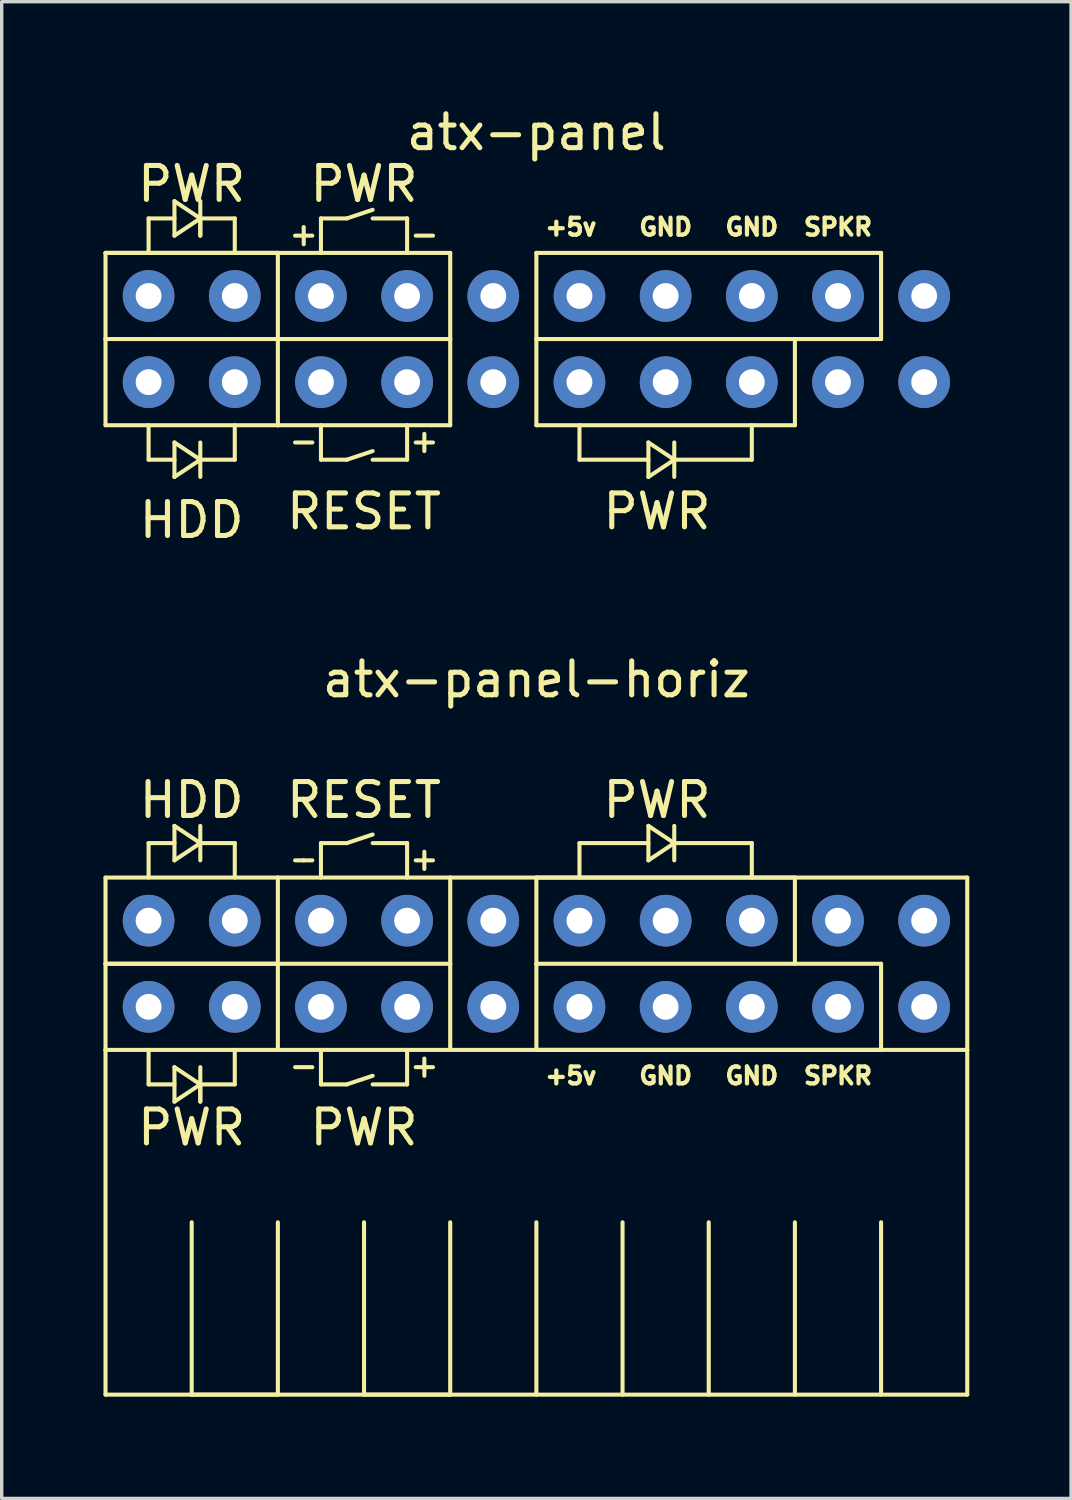
<source format=kicad_pcb>
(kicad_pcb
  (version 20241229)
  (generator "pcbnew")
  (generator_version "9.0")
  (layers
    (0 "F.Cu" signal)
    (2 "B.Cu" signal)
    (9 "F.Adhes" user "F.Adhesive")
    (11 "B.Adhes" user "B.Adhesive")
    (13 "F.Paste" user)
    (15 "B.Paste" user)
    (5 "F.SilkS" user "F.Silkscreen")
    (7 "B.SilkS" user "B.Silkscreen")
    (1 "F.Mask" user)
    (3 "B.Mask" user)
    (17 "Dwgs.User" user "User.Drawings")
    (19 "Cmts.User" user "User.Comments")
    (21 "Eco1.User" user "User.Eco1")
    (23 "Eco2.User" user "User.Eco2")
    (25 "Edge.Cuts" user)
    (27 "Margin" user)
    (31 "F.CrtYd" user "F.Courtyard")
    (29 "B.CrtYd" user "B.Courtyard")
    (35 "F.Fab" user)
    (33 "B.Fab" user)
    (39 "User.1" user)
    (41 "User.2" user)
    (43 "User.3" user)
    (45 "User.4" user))
  (footprint "atx-panel"
    (layer "F.Cu")
    (at 12.76 6.944)
    (property "Reference" "atx-panel" (at 0 -6.096 0) (layer "F.SilkS") (effects (font (size 1 1) (thickness 0.15))))
    (attr through_hole)
    (fp_line (start -12.7 -2.54) (end -7.62 -2.54) (stroke (width 0.12) (type solid)) (layer "F.SilkS"))
    (fp_line (start -12.7 0) (end -12.7 -2.54) (stroke (width 0.12) (type solid)) (layer "F.SilkS"))
    (fp_line (start -12.7 2.54) (end -12.7 0) (stroke (width 0.12) (type solid)) (layer "F.SilkS"))
    (fp_line (start -12.7 2.54) (end -7.62 2.54) (stroke (width 0.12) (type solid)) (layer "F.SilkS"))
    (fp_line (start -11.43 -3.556) (end -11.43 -2.54) (stroke (width 0.12) (type solid)) (layer "F.SilkS"))
    (fp_line (start -11.43 -3.556) (end -10.668 -3.556) (stroke (width 0.12) (type solid)) (layer "F.SilkS"))
    (fp_line (start -11.43 3.556) (end -11.43 2.54) (stroke (width 0.12) (type solid)) (layer "F.SilkS"))
    (fp_line (start -10.668 -4.064) (end -10.668 -3.048) (stroke (width 0.12) (type solid)) (layer "F.SilkS"))
    (fp_line (start -10.668 -4.064) (end -9.906 -3.556) (stroke (width 0.12) (type solid)) (layer "F.SilkS"))
    (fp_line (start -10.668 3.048) (end -9.906 3.556) (stroke (width 0.12) (type solid)) (layer "F.SilkS"))
    (fp_line (start -10.668 3.556) (end -11.43 3.556) (stroke (width 0.12) (type solid)) (layer "F.SilkS"))
    (fp_line (start -10.668 4.064) (end -10.668 3.048) (stroke (width 0.12) (type solid)) (layer "F.SilkS"))
    (fp_line (start -9.906 -4.064) (end -9.906 -3.048) (stroke (width 0.12) (type solid)) (layer "F.SilkS"))
    (fp_line (start -9.906 -3.556) (end -10.668 -3.048) (stroke (width 0.12) (type solid)) (layer "F.SilkS"))
    (fp_line (start -9.906 -3.556) (end -8.89 -3.556) (stroke (width 0.12) (type solid)) (layer "F.SilkS"))
    (fp_line (start -9.906 -3.048) (end -9.906 -3.556) (stroke (width 0.12) (type solid)) (layer "F.SilkS"))
    (fp_line (start -9.906 3.048) (end -9.906 4.064) (stroke (width 0.12) (type solid)) (layer "F.SilkS"))
    (fp_line (start -9.906 3.556) (end -10.668 4.064) (stroke (width 0.12) (type solid)) (layer "F.SilkS"))
    (fp_line (start -9.906 3.556) (end -8.89 3.556) (stroke (width 0.12) (type solid)) (layer "F.SilkS"))
    (fp_line (start -8.89 -2.54) (end -8.89 -3.556) (stroke (width 0.12) (type solid)) (layer "F.SilkS"))
    (fp_line (start -8.89 3.556) (end -8.89 2.54) (stroke (width 0.12) (type solid)) (layer "F.SilkS"))
    (fp_line (start -7.62 -2.54) (end -12.7 -2.54) (stroke (width 0.12) (type solid)) (layer "F.SilkS"))
    (fp_line (start -7.62 -2.54) (end -7.62 0) (stroke (width 0.12) (type solid)) (layer "F.SilkS"))
    (fp_line (start -7.62 0) (end -12.7 0) (stroke (width 0.12) (type solid)) (layer "F.SilkS"))
    (fp_line (start -7.62 0) (end -7.62 2.54) (stroke (width 0.12) (type solid)) (layer "F.SilkS"))
    (fp_line (start -7.62 0) (end -2.54 0) (stroke (width 0.12) (type solid)) (layer "F.SilkS"))
    (fp_line (start -7.62 2.54) (end -2.54 2.54) (stroke (width 0.12) (type solid)) (layer "F.SilkS"))
    (fp_line (start -7.112 -3.048) (end -6.604 -3.048) (stroke (width 0.12) (type solid)) (layer "F.SilkS"))
    (fp_line (start -7.112 3.048) (end -6.604 3.048) (stroke (width 0.12) (type solid)) (layer "F.SilkS"))
    (fp_line (start -6.858 -2.794) (end -6.858 -3.302) (stroke (width 0.12) (type solid)) (layer "F.SilkS"))
    (fp_line (start -6.35 -3.556) (end -5.588 -3.556) (stroke (width 0.12) (type solid)) (layer "F.SilkS"))
    (fp_line (start -6.35 -2.54) (end -6.35 -3.556) (stroke (width 0.12) (type solid)) (layer "F.SilkS"))
    (fp_line (start -6.35 2.54) (end -6.35 3.556) (stroke (width 0.12) (type solid)) (layer "F.SilkS"))
    (fp_line (start -6.35 3.556) (end -5.588 3.556) (stroke (width 0.12) (type solid)) (layer "F.SilkS"))
    (fp_line (start -5.588 -3.556) (end -4.826 -3.81) (stroke (width 0.12) (type solid)) (layer "F.SilkS"))
    (fp_line (start -4.826 -3.556) (end -3.81 -3.556) (stroke (width 0.12) (type solid)) (layer "F.SilkS"))
    (fp_line (start -4.826 3.302) (end -5.588 3.556) (stroke (width 0.12) (type solid)) (layer "F.SilkS"))
    (fp_line (start -4.826 3.556) (end -3.81 3.556) (stroke (width 0.12) (type solid)) (layer "F.SilkS"))
    (fp_line (start -3.81 -3.556) (end -3.81 -2.54) (stroke (width 0.12) (type solid)) (layer "F.SilkS"))
    (fp_line (start -3.81 3.556) (end -3.81 2.54) (stroke (width 0.12) (type solid)) (layer "F.SilkS"))
    (fp_line (start -3.556 3.048) (end -3.048 3.048) (stroke (width 0.12) (type solid)) (layer "F.SilkS"))
    (fp_line (start -3.302 2.794) (end -3.302 3.302) (stroke (width 0.12) (type solid)) (layer "F.SilkS"))
    (fp_line (start -3.048 -3.048) (end -3.556 -3.048) (stroke (width 0.12) (type solid)) (layer "F.SilkS"))
    (fp_line (start -2.54 -2.54) (end -7.62 -2.54) (stroke (width 0.12) (type solid)) (layer "F.SilkS"))
    (fp_line (start -2.54 0) (end -2.54 -2.54) (stroke (width 0.12) (type solid)) (layer "F.SilkS"))
    (fp_line (start -2.54 0) (end -2.54 2.54) (stroke (width 0.12) (type solid)) (layer "F.SilkS"))
    (fp_line (start 0 -2.54) (end 10.16 -2.54) (stroke (width 0.12) (type solid)) (layer "F.SilkS"))
    (fp_line (start 0 0) (end 0 -2.54) (stroke (width 0.12) (type solid)) (layer "F.SilkS"))
    (fp_line (start 0 2.54) (end 0 0) (stroke (width 0.12) (type solid)) (layer "F.SilkS"))
    (fp_line (start 0 2.54) (end 7.62 2.54) (stroke (width 0.12) (type solid)) (layer "F.SilkS"))
    (fp_line (start 1.27 2.54) (end 1.27 3.556) (stroke (width 0.12) (type solid)) (layer "F.SilkS"))
    (fp_line (start 1.27 3.556) (end 3.302 3.556) (stroke (width 0.12) (type solid)) (layer "F.SilkS"))
    (fp_line (start 3.302 3.048) (end 3.302 4.064) (stroke (width 0.12) (type solid)) (layer "F.SilkS"))
    (fp_line (start 3.302 4.064) (end 4.064 3.556) (stroke (width 0.12) (type solid)) (layer "F.SilkS"))
    (fp_line (start 4.064 3.556) (end 3.302 3.048) (stroke (width 0.12) (type solid)) (layer "F.SilkS"))
    (fp_line (start 4.064 3.556) (end 6.35 3.556) (stroke (width 0.12) (type solid)) (layer "F.SilkS"))
    (fp_line (start 4.064 4.064) (end 4.064 3.048) (stroke (width 0.12) (type solid)) (layer "F.SilkS"))
    (fp_line (start 6.35 3.556) (end 6.35 2.54) (stroke (width 0.12) (type solid)) (layer "F.SilkS"))
    (fp_line (start 7.62 0) (end 7.62 2.54) (stroke (width 0.12) (type solid)) (layer "F.SilkS"))
    (fp_line (start 10.16 -2.54) (end 10.16 0) (stroke (width 0.12) (type solid)) (layer "F.SilkS"))
    (fp_line (start 10.16 0) (end 0 0) (stroke (width 0.12) (type solid)) (layer "F.SilkS"))
    (fp_text user "GND" (at 3.81 -3.302 0) (layer "F.SilkS") (effects (font (size 0.5 0.5) (thickness 0.125))))
    (fp_text user "PWR" (at -5.08 -4.572 0) (layer "F.SilkS") (effects (font (size 1 1) (thickness 0.15))))
    (fp_text user "+5v" (at 1.016 -3.302 0) (layer "F.SilkS") (effects (font (size 0.5 0.5) (thickness 0.125))))
    (fp_text user "PWR" (at -10.16 -4.572 0) (layer "F.SilkS") (effects (font (size 1 1) (thickness 0.15))))
    (fp_text user "PWR" (at 3.556 5.08 0) (layer "F.SilkS") (effects (font (size 1 1) (thickness 0.15))))
    (fp_text user "SPKR" (at 8.89 -3.302 0) (layer "F.SilkS") (effects (font (size 0.5 0.5) (thickness 0.125))))
    (fp_text user "GND" (at 6.35 -3.302 0) (layer "F.SilkS") (effects (font (size 0.5 0.5) (thickness 0.125))))
    (fp_text user "RESET" (at -5.08 5.08 0) (layer "F.SilkS") (effects (font (size 1 1) (thickness 0.15))))
    (fp_text user "HDD" (at -10.16 5.334 0) (layer "F.SilkS") (effects (font (size 1 1) (thickness 0.15))))
    (pad "1" thru_hole circle (at -11.43 1.27) (size 1.524 1.524) (drill 0.762) (layers "*.Cu" "*.Mask"))
    (pad "2" thru_hole circle (at -11.43 -1.27) (size 1.524 1.524) (drill 0.762) (layers "*.Cu" "*.Mask"))
    (pad "3" thru_hole circle (at -8.89 1.27) (size 1.524 1.524) (drill 0.762) (layers "*.Cu" "*.Mask"))
    (pad "4" thru_hole circle (at -8.89 -1.27) (size 1.524 1.524) (drill 0.762) (layers "*.Cu" "*.Mask"))
    (pad "5" thru_hole circle (at -6.35 1.27) (size 1.524 1.524) (drill 0.762) (layers "*.Cu" "*.Mask"))
    (pad "6" thru_hole circle (at -6.35 -1.27) (size 1.524 1.524) (drill 0.762) (layers "*.Cu" "*.Mask"))
    (pad "7" thru_hole circle (at -3.81 1.27) (size 1.524 1.524) (drill 0.762) (layers "*.Cu" "*.Mask"))
    (pad "8" thru_hole circle (at -3.81 -1.27) (size 1.524 1.524) (drill 0.762) (layers "*.Cu" "*.Mask"))
    (pad "9" thru_hole circle (at -1.27 1.27) (size 1.524 1.524) (drill 0.762) (layers "*.Cu" "*.Mask"))
    (pad "10" thru_hole circle (at -1.27 -1.27) (size 1.524 1.524) (drill 0.762) (layers "*.Cu" "*.Mask"))
    (pad "11" thru_hole circle (at 1.27 1.27) (size 1.524 1.524) (drill 0.762) (layers "*.Cu" "*.Mask"))
    (pad "12" thru_hole circle (at 1.27 -1.27) (size 1.524 1.524) (drill 0.762) (layers "*.Cu" "*.Mask"))
    (pad "13" thru_hole circle (at 3.81 1.27) (size 1.524 1.524) (drill 0.762) (layers "*.Cu" "*.Mask"))
    (pad "14" thru_hole circle (at 3.81 -1.27) (size 1.524 1.524) (drill 0.762) (layers "*.Cu" "*.Mask"))
    (pad "15" thru_hole circle (at 6.35 1.27) (size 1.524 1.524) (drill 0.762) (layers "*.Cu" "*.Mask"))
    (pad "16" thru_hole circle (at 6.35 -1.27) (size 1.524 1.524) (drill 0.762) (layers "*.Cu" "*.Mask"))
    (pad "17" thru_hole circle (at 8.89 1.27) (size 1.524 1.524) (drill 0.762) (layers "*.Cu" "*.Mask"))
    (pad "18" thru_hole circle (at 8.89 -1.27) (size 1.524 1.524) (drill 0.762) (layers "*.Cu" "*.Mask"))
    (pad "19" thru_hole circle (at 11.43 1.27) (size 1.524 1.524) (drill 0.762) (layers "*.Cu" "*.Mask"))
    (pad "20" thru_hole circle (at 11.43 -1.27) (size 1.524 1.524) (drill 0.762) (layers "*.Cu" "*.Mask")))
  (footprint "atx-panel-horiz"
    (layer "F.Cu")
    (at 12.76 25.357)
    (property "Reference" "atx-panel-horiz" (at 0 -8.382 0) (layer "F.SilkS") (effects (font (size 1 1) (thickness 0.15))))
    (attr through_hole)
    (fp_line (start -12.7 -2.54) (end -7.62 -2.54) (stroke (width 0.12) (type solid)) (layer "F.SilkS"))
    (fp_line (start -12.7 0) (end -12.7 -2.54) (stroke (width 0.12) (type solid)) (layer "F.SilkS"))
    (fp_line (start -12.7 0) (end -7.62 0) (stroke (width 0.12) (type solid)) (layer "F.SilkS"))
    (fp_line (start -12.7 2.54) (end -12.7 0) (stroke (width 0.12) (type solid)) (layer "F.SilkS"))
    (fp_line (start -12.7 2.54) (end -12.7 12.7) (stroke (width 0.12) (type solid)) (layer "F.SilkS"))
    (fp_line (start -12.7 12.7) (end 12.7 12.7) (stroke (width 0.12) (type solid)) (layer "F.SilkS"))
    (fp_line (start -11.43 -3.556) (end -11.43 -2.54) (stroke (width 0.12) (type solid)) (layer "F.SilkS"))
    (fp_line (start -11.43 2.54) (end -11.43 3.556) (stroke (width 0.12) (type solid)) (layer "F.SilkS"))
    (fp_line (start -11.43 3.556) (end -10.668 3.556) (stroke (width 0.12) (type solid)) (layer "F.SilkS"))
    (fp_line (start -10.668 -4.064) (end -9.906 -3.556) (stroke (width 0.12) (type solid)) (layer "F.SilkS"))
    (fp_line (start -10.668 -3.556) (end -11.43 -3.556) (stroke (width 0.12) (type solid)) (layer "F.SilkS"))
    (fp_line (start -10.668 -3.048) (end -10.668 -4.064) (stroke (width 0.12) (type solid)) (layer "F.SilkS"))
    (fp_line (start -10.668 3.048) (end -10.668 4.064) (stroke (width 0.12) (type solid)) (layer "F.SilkS"))
    (fp_line (start -10.668 3.048) (end -9.906 3.556) (stroke (width 0.12) (type solid)) (layer "F.SilkS"))
    (fp_line (start -10.16 7.62) (end -10.16 12.7) (stroke (width 0.12) (type solid)) (layer "F.SilkS"))
    (fp_line (start -10.16 12.7) (end -7.62 12.7) (stroke (width 0.12) (type solid)) (layer "F.SilkS"))
    (fp_line (start -9.906 -4.064) (end -9.906 -3.048) (stroke (width 0.12) (type solid)) (layer "F.SilkS"))
    (fp_line (start -9.906 -3.556) (end -10.668 -3.048) (stroke (width 0.12) (type solid)) (layer "F.SilkS"))
    (fp_line (start -9.906 -3.556) (end -8.89 -3.556) (stroke (width 0.12) (type solid)) (layer "F.SilkS"))
    (fp_line (start -9.906 3.048) (end -9.906 4.064) (stroke (width 0.12) (type solid)) (layer "F.SilkS"))
    (fp_line (start -9.906 3.556) (end -10.668 4.064) (stroke (width 0.12) (type solid)) (layer "F.SilkS"))
    (fp_line (start -9.906 3.556) (end -8.89 3.556) (stroke (width 0.12) (type solid)) (layer "F.SilkS"))
    (fp_line (start -9.906 4.064) (end -9.906 3.556) (stroke (width 0.12) (type solid)) (layer "F.SilkS"))
    (fp_line (start -8.89 -3.556) (end -8.89 -2.54) (stroke (width 0.12) (type solid)) (layer "F.SilkS"))
    (fp_line (start -8.89 3.556) (end -8.89 2.54) (stroke (width 0.12) (type solid)) (layer "F.SilkS"))
    (fp_line (start -7.62 -2.54) (end -7.62 0) (stroke (width 0.12) (type solid)) (layer "F.SilkS"))
    (fp_line (start -7.62 -2.54) (end -2.54 -2.54) (stroke (width 0.12) (type solid)) (layer "F.SilkS"))
    (fp_line (start -7.62 0) (end -12.7 0) (stroke (width 0.12) (type solid)) (layer "F.SilkS"))
    (fp_line (start -7.62 0) (end -7.62 2.54) (stroke (width 0.12) (type solid)) (layer "F.SilkS"))
    (fp_line (start -7.62 2.54) (end -12.7 2.54) (stroke (width 0.12) (type solid)) (layer "F.SilkS"))
    (fp_line (start -7.62 2.54) (end -2.54 2.54) (stroke (width 0.12) (type solid)) (layer "F.SilkS"))
    (fp_line (start -7.62 12.7) (end -7.62 7.62) (stroke (width 0.12) (type solid)) (layer "F.SilkS"))
    (fp_line (start -7.112 -3.048) (end -6.858 -3.048) (stroke (width 0.12) (type solid)) (layer "F.SilkS"))
    (fp_line (start -6.858 -3.048) (end -6.604 -3.048) (stroke (width 0.12) (type solid)) (layer "F.SilkS"))
    (fp_line (start -6.604 3.048) (end -7.112 3.048) (stroke (width 0.12) (type solid)) (layer "F.SilkS"))
    (fp_line (start -6.35 -3.556) (end -5.588 -3.556) (stroke (width 0.12) (type solid)) (layer "F.SilkS"))
    (fp_line (start -6.35 -2.54) (end -6.35 -3.556) (stroke (width 0.12) (type solid)) (layer "F.SilkS"))
    (fp_line (start -6.35 2.54) (end -6.35 3.556) (stroke (width 0.12) (type solid)) (layer "F.SilkS"))
    (fp_line (start -6.35 3.556) (end -5.588 3.556) (stroke (width 0.12) (type solid)) (layer "F.SilkS"))
    (fp_line (start -5.588 3.556) (end -4.826 3.302) (stroke (width 0.12) (type solid)) (layer "F.SilkS"))
    (fp_line (start -5.08 7.62) (end -5.08 12.7) (stroke (width 0.12) (type solid)) (layer "F.SilkS"))
    (fp_line (start -5.08 12.7) (end -2.54 12.7) (stroke (width 0.12) (type solid)) (layer "F.SilkS"))
    (fp_line (start -4.826 -3.81) (end -5.588 -3.556) (stroke (width 0.12) (type solid)) (layer "F.SilkS"))
    (fp_line (start -4.826 -3.556) (end -3.81 -3.556) (stroke (width 0.12) (type solid)) (layer "F.SilkS"))
    (fp_line (start -4.826 3.556) (end -3.81 3.556) (stroke (width 0.12) (type solid)) (layer "F.SilkS"))
    (fp_line (start -3.81 -3.556) (end -3.81 -2.54) (stroke (width 0.12) (type solid)) (layer "F.SilkS"))
    (fp_line (start -3.81 3.556) (end -3.81 2.54) (stroke (width 0.12) (type solid)) (layer "F.SilkS"))
    (fp_line (start -3.556 -3.048) (end -3.048 -3.048) (stroke (width 0.12) (type solid)) (layer "F.SilkS"))
    (fp_line (start -3.556 3.048) (end -3.048 3.048) (stroke (width 0.12) (type solid)) (layer "F.SilkS"))
    (fp_line (start -3.302 -3.302) (end -3.302 -2.794) (stroke (width 0.12) (type solid)) (layer "F.SilkS"))
    (fp_line (start -3.302 3.302) (end -3.302 2.794) (stroke (width 0.12) (type solid)) (layer "F.SilkS"))
    (fp_line (start -2.54 -2.54) (end -2.54 0) (stroke (width 0.12) (type solid)) (layer "F.SilkS"))
    (fp_line (start -2.54 -2.54) (end 12.7 -2.54) (stroke (width 0.12) (type solid)) (layer "F.SilkS"))
    (fp_line (start -2.54 0) (end -7.62 0) (stroke (width 0.12) (type solid)) (layer "F.SilkS"))
    (fp_line (start -2.54 2.54) (end -2.54 0) (stroke (width 0.12) (type solid)) (layer "F.SilkS"))
    (fp_line (start -2.54 12.7) (end -2.54 7.62) (stroke (width 0.12) (type solid)) (layer "F.SilkS"))
    (fp_line (start 0 -2.54) (end 7.62 -2.54) (stroke (width 0.12) (type solid)) (layer "F.SilkS"))
    (fp_line (start 0 0) (end 0 -2.54) (stroke (width 0.12) (type solid)) (layer "F.SilkS"))
    (fp_line (start 0 0) (end 10.16 0) (stroke (width 0.12) (type solid)) (layer "F.SilkS"))
    (fp_line (start 0 2.54) (end 0 0) (stroke (width 0.12) (type solid)) (layer "F.SilkS"))
    (fp_line (start 0 12.7) (end 0 7.62) (stroke (width 0.12) (type solid)) (layer "F.SilkS"))
    (fp_line (start 1.27 -3.556) (end 3.302 -3.556) (stroke (width 0.12) (type solid)) (layer "F.SilkS"))
    (fp_line (start 1.27 -2.54) (end 1.27 -3.556) (stroke (width 0.12) (type solid)) (layer "F.SilkS"))
    (fp_line (start 2.54 12.7) (end 2.54 7.62) (stroke (width 0.12) (type solid)) (layer "F.SilkS"))
    (fp_line (start 3.302 -4.064) (end 3.302 -3.048) (stroke (width 0.12) (type solid)) (layer "F.SilkS"))
    (fp_line (start 3.302 -3.048) (end 4.064 -3.556) (stroke (width 0.12) (type solid)) (layer "F.SilkS"))
    (fp_line (start 4.064 -3.556) (end 3.302 -4.064) (stroke (width 0.12) (type solid)) (layer "F.SilkS"))
    (fp_line (start 4.064 -3.556) (end 6.35 -3.556) (stroke (width 0.12) (type solid)) (layer "F.SilkS"))
    (fp_line (start 4.064 -3.048) (end 4.064 -4.064) (stroke (width 0.12) (type solid)) (layer "F.SilkS"))
    (fp_line (start 5.08 7.62) (end 5.08 12.7) (stroke (width 0.12) (type solid)) (layer "F.SilkS"))
    (fp_line (start 6.35 -3.556) (end 6.35 -2.54) (stroke (width 0.12) (type solid)) (layer "F.SilkS"))
    (fp_line (start 7.62 -2.54) (end 7.62 0) (stroke (width 0.12) (type solid)) (layer "F.SilkS"))
    (fp_line (start 7.62 7.62) (end 7.62 12.7) (stroke (width 0.12) (type solid)) (layer "F.SilkS"))
    (fp_line (start 10.16 0) (end 10.16 2.54) (stroke (width 0.12) (type solid)) (layer "F.SilkS"))
    (fp_line (start 10.16 2.54) (end 0 2.54) (stroke (width 0.12) (type solid)) (layer "F.SilkS"))
    (fp_line (start 10.16 7.62) (end 10.16 12.7) (stroke (width 0.12) (type solid)) (layer "F.SilkS"))
    (fp_line (start 12.7 -2.54) (end 12.7 2.54) (stroke (width 0.12) (type solid)) (layer "F.SilkS"))
    (fp_line (start 12.7 2.54) (end -2.54 2.54) (stroke (width 0.12) (type solid)) (layer "F.SilkS"))
    (fp_line (start 12.7 12.7) (end 12.7 2.54) (stroke (width 0.12) (type solid)) (layer "F.SilkS"))
    (fp_text user "HDD" (at -10.16 -4.826 0) (layer "F.SilkS") (effects (font (size 1 1) (thickness 0.15))))
    (fp_text user "PWR" (at -10.16 4.826 0) (layer "F.SilkS") (effects (font (size 1 1) (thickness 0.15))))
    (fp_text user "SPKR" (at 8.89 3.302 0) (layer "F.SilkS") (effects (font (size 0.5 0.5) (thickness 0.125))))
    (fp_text user "+5v" (at 1.016 3.302 0) (layer "F.SilkS") (effects (font (size 0.5 0.5) (thickness 0.125))))
    (fp_text user "GND" (at 3.81 3.302 0) (layer "F.SilkS") (effects (font (size 0.5 0.5) (thickness 0.125))))
    (fp_text user "RESET" (at -5.08 -4.826 0) (layer "F.SilkS") (effects (font (size 1 1) (thickness 0.15))))
    (fp_text user "PWR" (at -5.08 4.826 0) (layer "F.SilkS") (effects (font (size 1 1) (thickness 0.15))))
    (fp_text user "GND" (at 6.35 3.302 0) (layer "F.SilkS") (effects (font (size 0.5 0.5) (thickness 0.125))))
    (fp_text user "PWR" (at 3.556 -4.826 0) (layer "F.SilkS") (effects (font (size 1 1) (thickness 0.15))))
    (pad "1" thru_hole circle (at -11.43 -1.27) (size 1.524 1.524) (drill 0.762) (layers "*.Cu" "*.Mask"))
    (pad "2" thru_hole circle (at -11.43 1.27) (size 1.524 1.524) (drill 0.762) (layers "*.Cu" "*.Mask"))
    (pad "3" thru_hole circle (at -8.89 -1.27) (size 1.524 1.524) (drill 0.762) (layers "*.Cu" "*.Mask"))
    (pad "4" thru_hole circle (at -8.89 1.27) (size 1.524 1.524) (drill 0.762) (layers "*.Cu" "*.Mask"))
    (pad "5" thru_hole circle (at -6.35 -1.27) (size 1.524 1.524) (drill 0.762) (layers "*.Cu" "*.Mask"))
    (pad "6" thru_hole circle (at -6.35 1.27) (size 1.524 1.524) (drill 0.762) (layers "*.Cu" "*.Mask"))
    (pad "7" thru_hole circle (at -3.81 -1.27) (size 1.524 1.524) (drill 0.762) (layers "*.Cu" "*.Mask"))
    (pad "8" thru_hole circle (at -3.81 1.27) (size 1.524 1.524) (drill 0.762) (layers "*.Cu" "*.Mask"))
    (pad "9" thru_hole circle (at -1.27 -1.27) (size 1.524 1.524) (drill 0.762) (layers "*.Cu" "*.Mask"))
    (pad "10" thru_hole circle (at -1.27 1.27) (size 1.524 1.524) (drill 0.762) (layers "*.Cu" "*.Mask"))
    (pad "11" thru_hole circle (at 1.27 -1.27) (size 1.524 1.524) (drill 0.762) (layers "*.Cu" "*.Mask"))
    (pad "12" thru_hole circle (at 1.27 1.27) (size 1.524 1.524) (drill 0.762) (layers "*.Cu" "*.Mask"))
    (pad "13" thru_hole circle (at 3.81 -1.27) (size 1.524 1.524) (drill 0.762) (layers "*.Cu" "*.Mask"))
    (pad "14" thru_hole circle (at 3.81 1.27) (size 1.524 1.524) (drill 0.762) (layers "*.Cu" "*.Mask"))
    (pad "15" thru_hole circle (at 6.35 -1.27) (size 1.524 1.524) (drill 0.762) (layers "*.Cu" "*.Mask"))
    (pad "16" thru_hole circle (at 6.35 1.27) (size 1.524 1.524) (drill 0.762) (layers "*.Cu" "*.Mask"))
    (pad "17" thru_hole circle (at 8.89 -1.27) (size 1.524 1.524) (drill 0.762) (layers "*.Cu" "*.Mask"))
    (pad "18" thru_hole circle (at 8.89 1.27) (size 1.524 1.524) (drill 0.762) (layers "*.Cu" "*.Mask"))
    (pad "19" thru_hole circle (at 11.43 -1.27) (size 1.524 1.524) (drill 0.762) (layers "*.Cu" "*.Mask"))
    (pad "20" thru_hole circle (at 11.43 1.27) (size 1.524 1.524) (drill 0.762) (layers "*.Cu" "*.Mask")))
  (gr_rect
    (start -3 -3)
    (end 28.52 41.117)
    (stroke (width 0.1) (type default))
    (fill no)
    (layer "Edge.Cuts")))
</source>
